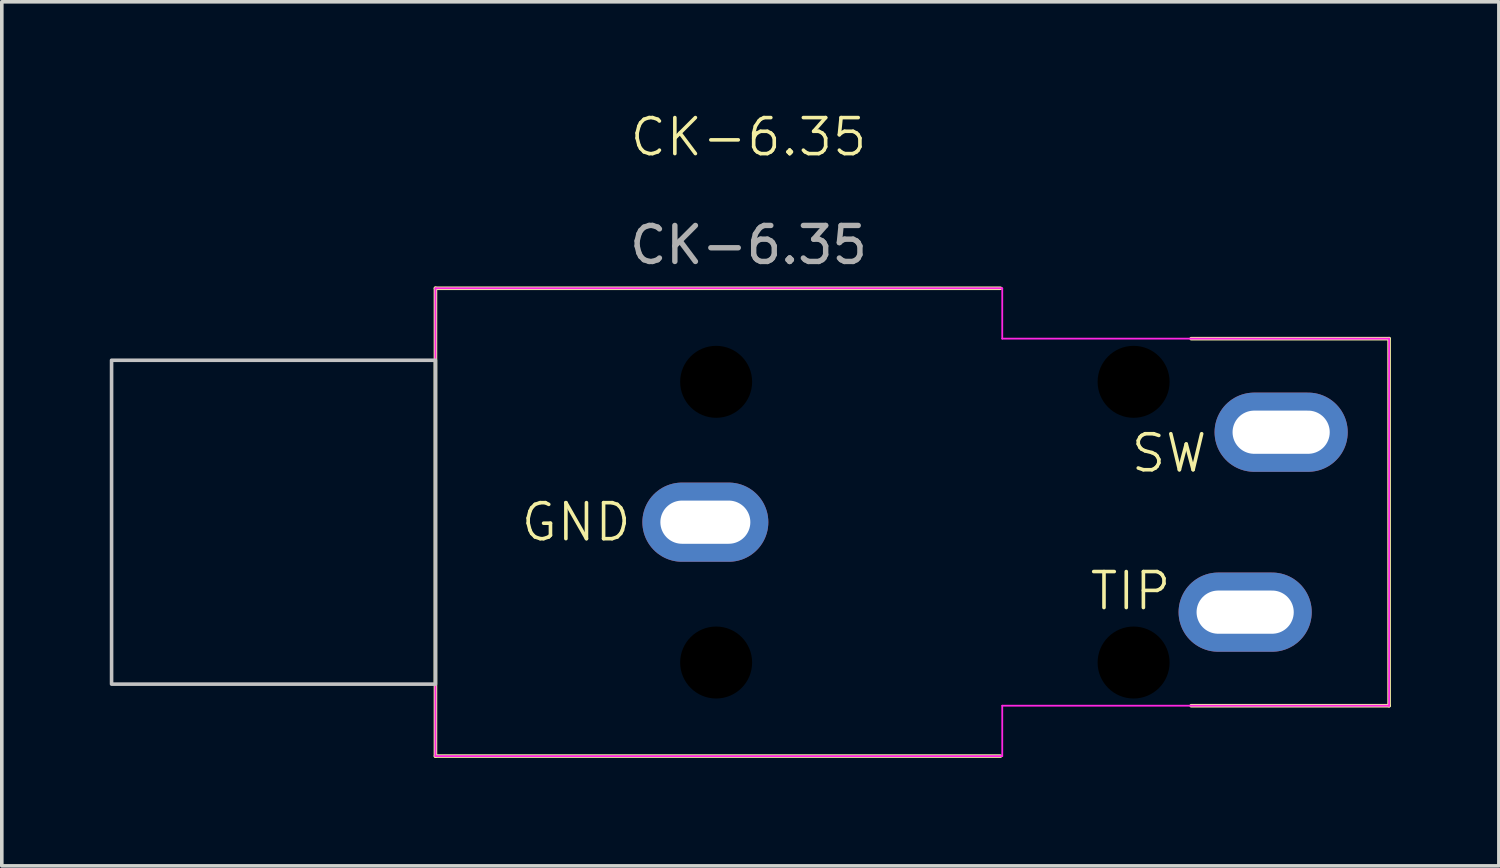
<source format=kicad_pcb>
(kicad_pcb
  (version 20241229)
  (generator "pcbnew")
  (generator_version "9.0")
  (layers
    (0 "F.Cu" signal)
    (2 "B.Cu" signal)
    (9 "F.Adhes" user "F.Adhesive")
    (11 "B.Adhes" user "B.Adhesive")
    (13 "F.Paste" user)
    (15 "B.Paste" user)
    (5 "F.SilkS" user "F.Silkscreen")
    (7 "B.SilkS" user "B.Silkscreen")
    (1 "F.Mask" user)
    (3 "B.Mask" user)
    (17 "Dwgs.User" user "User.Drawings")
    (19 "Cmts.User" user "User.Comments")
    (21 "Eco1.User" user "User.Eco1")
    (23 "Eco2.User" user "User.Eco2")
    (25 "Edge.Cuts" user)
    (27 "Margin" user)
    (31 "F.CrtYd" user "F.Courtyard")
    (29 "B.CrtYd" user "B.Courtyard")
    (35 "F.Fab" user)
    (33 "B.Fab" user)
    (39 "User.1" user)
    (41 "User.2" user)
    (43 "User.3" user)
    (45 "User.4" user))
  (footprint "CK-6.35"
    (layer "F.Cu")
    (at 16.55 11.46)
    (property "Reference" "CK-6.35" (at 1.2 -10.7 0) (unlocked yes) (layer "F.SilkS") (effects (font (size 1 1) (thickness 0.1))))
    (attr through_hole)
    (fp_line (start -7.5 -6.5) (end -7.5 6.5) (stroke (width 0.1) (type default)) (layer "F.SilkS"))
    (fp_line (start -7.5 -6.5) (end 8.2 -6.5) (stroke (width 0.1) (type solid)) (layer "F.SilkS"))
    (fp_line (start -7.5 6.5) (end 8.2 6.5) (stroke (width 0.1) (type solid)) (layer "F.SilkS"))
    (fp_line (start 13.5 -5.1) (end 19 -5.1) (stroke (width 0.1) (type solid)) (layer "F.SilkS"))
    (fp_line (start 19 -5.1) (end 19 5.1) (stroke (width 0.1) (type solid)) (layer "F.SilkS"))
    (fp_line (start 19 5.1) (end 13.5 5.1) (stroke (width 0.1) (type solid)) (layer "F.SilkS"))
    (fp_rect (start -16.5 -4.5) (end -7.5 4.5) (stroke (width 0.1) (type solid)) (fill no) (layer "Dwgs.User"))
    (fp_line (start -7.5 -6.5) (end -7.5 6.5) (stroke (width 0.05) (type default)) (layer "F.CrtYd"))
    (fp_line (start -7.5 -6.5) (end 8.25 -6.5) (stroke (width 0.05) (type default)) (layer "F.CrtYd"))
    (fp_line (start 8.25 -5.1) (end 8.25 -6.5) (stroke (width 0.05) (type default)) (layer "F.CrtYd"))
    (fp_line (start 8.25 -5.1) (end 19 -5.1) (stroke (width 0.05) (type solid)) (layer "F.CrtYd"))
    (fp_line (start 8.25 6.5) (end -7.5 6.5) (stroke (width 0.05) (type default)) (layer "F.CrtYd"))
    (fp_line (start 8.25 6.5) (end 8.25 5.1) (stroke (width 0.05) (type default)) (layer "F.CrtYd"))
    (fp_line (start 19 5.1) (end 8.25 5.1) (stroke (width 0.05) (type solid)) (layer "F.CrtYd"))
    (fp_line (start 19 5.1) (end 19 -5.1) (stroke (width 0.05) (type solid)) (layer "F.CrtYd"))
    (fp_text user "SW" (at 14 -2.5 0) (unlocked yes) (layer "F.SilkS") (effects (font (size 1 1) (thickness 0.1)) (justify right top)))
    (fp_text user "GND" (at -2 0 0) (unlocked yes) (layer "F.SilkS") (effects (font (size 1 1) (thickness 0.1)) (justify right)))
    (fp_text user "TIP" (at 13 2.5 0) (unlocked yes) (layer "F.SilkS") (effects (font (size 1 1) (thickness 0.1)) (justify right bottom)))
    (fp_text user "${REFERENCE}" (at 1.2 -7.7 0) (unlocked yes) (layer "F.Fab") (effects (font (size 1 1) (thickness 0.15))))
    (pad "" np_thru_hole circle (at 0.3 -3.9) (size 2.54 2.54) (drill 2) (layers "*.Mask"))
    (pad "" np_thru_hole circle (at 0.3 3.9) (size 2.54 2.54) (drill 2) (layers "*.Mask"))
    (pad "" np_thru_hole circle (at 11.9 -3.9) (size 2.54 2.54) (drill 2) (layers "*.Mask"))
    (pad "" np_thru_hole circle (at 11.9 3.9) (size 2.54 2.54) (drill 2) (layers "*.Mask"))
    (pad "G" thru_hole oval (at 0 0) (size 3.5 2.2) (drill oval 2.5 1.2) (layers "*.Cu" "*.Mask"))
    (pad "S" thru_hole oval (at 16 -2.5) (size 3.7 2.2) (drill oval 2.7 1.2) (layers "*.Cu" "*.Mask"))
    (pad "T" thru_hole oval (at 15 2.5) (size 3.7 2.2) (drill oval 2.7 1.2) (layers "*.Cu" "*.Mask")))
  (gr_rect
    (start -3 -3)
    (end 38.6 21.011)
    (stroke (width 0.1) (type default))
    (fill no)
    (layer "Edge.Cuts")))
</source>
